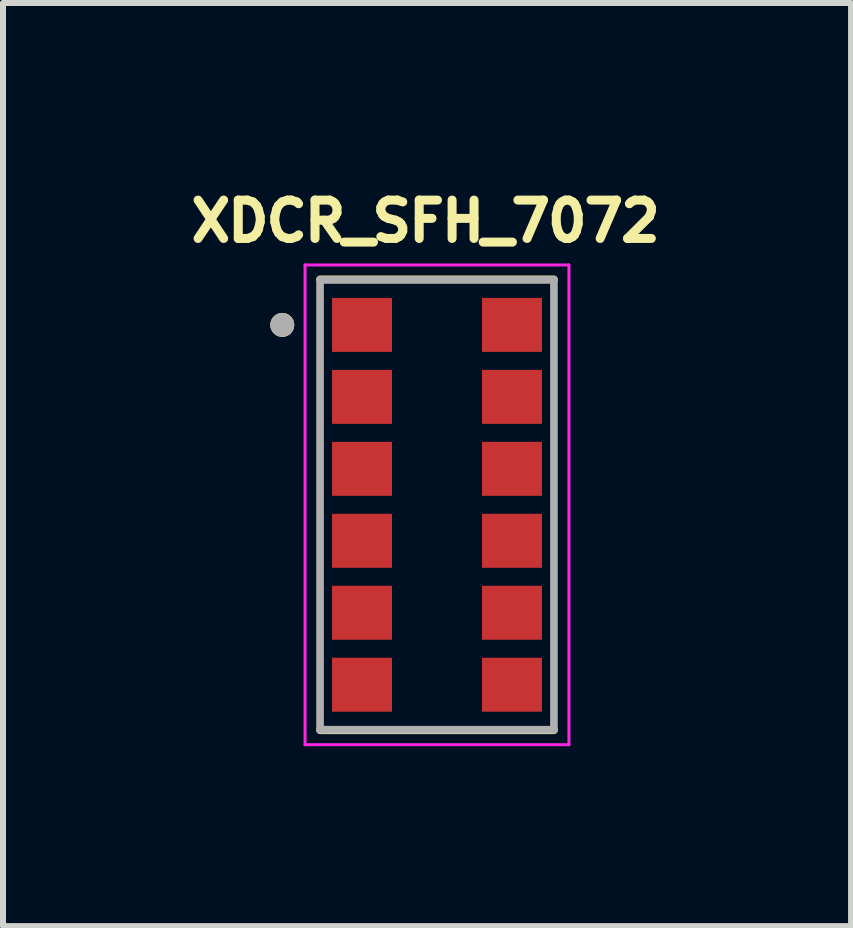
<source format=kicad_pcb>
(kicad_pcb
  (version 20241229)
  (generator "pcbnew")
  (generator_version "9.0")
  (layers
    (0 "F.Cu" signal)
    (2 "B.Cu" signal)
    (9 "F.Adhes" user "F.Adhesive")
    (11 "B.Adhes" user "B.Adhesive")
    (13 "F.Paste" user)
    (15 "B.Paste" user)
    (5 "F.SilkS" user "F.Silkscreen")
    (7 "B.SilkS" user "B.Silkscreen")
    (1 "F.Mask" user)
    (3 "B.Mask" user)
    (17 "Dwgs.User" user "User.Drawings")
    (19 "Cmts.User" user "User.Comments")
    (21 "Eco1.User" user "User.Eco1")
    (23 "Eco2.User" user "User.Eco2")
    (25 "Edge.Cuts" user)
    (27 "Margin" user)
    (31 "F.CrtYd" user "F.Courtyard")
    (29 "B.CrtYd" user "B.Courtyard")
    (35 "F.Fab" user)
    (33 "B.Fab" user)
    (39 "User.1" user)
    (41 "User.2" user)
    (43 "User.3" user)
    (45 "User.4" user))
  (footprint "XDCR_SFH_7072"
    (layer "F.Cu")
    (at 4.237 5.368)
    (property "Reference" "XDCR_SFH_7072" (at -0.19 -4.73 0) (layer "F.SilkS") (effects (font (size 0.64 0.64) (thickness 0.15))))
    (attr through_hole)
    (fp_poly (pts (xy -3.9 -2.1) (xy 3.9 -2.1) (xy 3.9 2.1) (xy -3.9 2.1)) (stroke (width 0.01) (type solid)) (fill yes) (layer "F.Mask"))
    (fp_line (start 1.95 -3.76) (end -1.95 -3.76) (stroke (width 0.127) (type solid)) (layer "F.SilkS"))
    (fp_line (start 1.95 3.76) (end -1.95 3.76) (stroke (width 0.127) (type solid)) (layer "F.SilkS"))
    (fp_circle (center -2.58 -3) (end -2.48 -3) (stroke (width 0.2) (type solid)) (fill no) (layer "F.SilkS"))
    (fp_poly (pts (xy -1.65 -3.45) (xy -0.85 -3.45) (xy -0.85 -2.55) (xy -1.65 -2.55)) (stroke (width 0.01) (type solid)) (fill yes) (layer "F.Paste"))
    (fp_poly (pts (xy -1.65 -2.25) (xy -0.85 -2.25) (xy -0.85 -1.35) (xy -1.65 -1.35)) (stroke (width 0.01) (type solid)) (fill yes) (layer "F.Paste"))
    (fp_poly (pts (xy -1.65 -1.05) (xy -0.85 -1.05) (xy -0.85 -0.15) (xy -1.65 -0.15)) (stroke (width 0.01) (type solid)) (fill yes) (layer "F.Paste"))
    (fp_poly (pts (xy -1.65 0.15) (xy -0.85 0.15) (xy -0.85 1.05) (xy -1.65 1.05)) (stroke (width 0.01) (type solid)) (fill yes) (layer "F.Paste"))
    (fp_poly (pts (xy -1.65 1.35) (xy -0.85 1.35) (xy -0.85 2.25) (xy -1.65 2.25)) (stroke (width 0.01) (type solid)) (fill yes) (layer "F.Paste"))
    (fp_poly (pts (xy -1.65 2.55) (xy -0.85 2.55) (xy -0.85 3.45) (xy -1.65 3.45)) (stroke (width 0.01) (type solid)) (fill yes) (layer "F.Paste"))
    (fp_poly (pts (xy 0.85 -3.45) (xy 1.65 -3.45) (xy 1.65 -2.55) (xy 0.85 -2.55)) (stroke (width 0.01) (type solid)) (fill yes) (layer "F.Paste"))
    (fp_poly (pts (xy 0.85 -2.25) (xy 1.65 -2.25) (xy 1.65 -1.35) (xy 0.85 -1.35)) (stroke (width 0.01) (type solid)) (fill yes) (layer "F.Paste"))
    (fp_poly (pts (xy 0.85 -1.05) (xy 1.65 -1.05) (xy 1.65 -0.15) (xy 0.85 -0.15)) (stroke (width 0.01) (type solid)) (fill yes) (layer "F.Paste"))
    (fp_poly (pts (xy 0.85 0.15) (xy 1.65 0.15) (xy 1.65 1.05) (xy 0.85 1.05)) (stroke (width 0.01) (type solid)) (fill yes) (layer "F.Paste"))
    (fp_poly (pts (xy 0.85 1.35) (xy 1.65 1.35) (xy 1.65 2.25) (xy 0.85 2.25)) (stroke (width 0.01) (type solid)) (fill yes) (layer "F.Paste"))
    (fp_poly (pts (xy 0.85 2.55) (xy 1.65 2.55) (xy 1.65 3.45) (xy 0.85 3.45)) (stroke (width 0.01) (type solid)) (fill yes) (layer "F.Paste"))
    (fp_line (start -2.2 -4) (end 2.2 -4) (stroke (width 0.05) (type solid)) (layer "F.CrtYd"))
    (fp_line (start -2.2 4) (end -2.2 -4) (stroke (width 0.05) (type solid)) (layer "F.CrtYd"))
    (fp_line (start 2.2 -4) (end 2.2 4) (stroke (width 0.05) (type solid)) (layer "F.CrtYd"))
    (fp_line (start 2.2 4) (end -2.2 4) (stroke (width 0.05) (type solid)) (layer "F.CrtYd"))
    (fp_line (start -1.95 -3.75) (end 1.95 -3.75) (stroke (width 0.127) (type solid)) (layer "F.Fab"))
    (fp_line (start -1.95 3.75) (end -1.95 -3.75) (stroke (width 0.127) (type solid)) (layer "F.Fab"))
    (fp_line (start 1.95 -3.75) (end 1.95 3.75) (stroke (width 0.127) (type solid)) (layer "F.Fab"))
    (fp_line (start 1.95 3.75) (end -1.95 3.75) (stroke (width 0.127) (type solid)) (layer "F.Fab"))
    (fp_circle (center -2.58 -3) (end -2.48 -3) (stroke (width 0.2) (type solid)) (fill no) (layer "F.Fab"))
    (pad "1" smd rect (at -1.25 -3 90) (size 0.9 1) (layers "F.Cu"))
    (pad "2" smd rect (at -1.25 -1.8 90) (size 0.9 1) (layers "F.Cu"))
    (pad "3" smd rect (at -1.25 -0.6 90) (size 0.9 1) (layers "F.Cu"))
    (pad "4" smd rect (at -1.25 0.6 90) (size 0.9 1) (layers "F.Cu"))
    (pad "5" smd rect (at -1.25 1.8 90) (size 0.9 1) (layers "F.Cu"))
    (pad "6" smd rect (at -1.25 3 90) (size 0.9 1) (layers "F.Cu"))
    (pad "7" smd rect (at 1.25 3 270) (size 0.9 1) (layers "F.Cu"))
    (pad "8" smd rect (at 1.25 1.8 270) (size 0.9 1) (layers "F.Cu"))
    (pad "9" smd rect (at 1.25 0.6 270) (size 0.9 1) (layers "F.Cu"))
    (pad "10" smd rect (at 1.25 -0.6 270) (size 0.9 1) (layers "F.Cu"))
    (pad "11" smd rect (at 1.25 -1.8 270) (size 0.9 1) (layers "F.Cu"))
    (pad "12" smd rect (at 1.25 -3 270) (size 0.9 1) (layers "F.Cu")))
  (gr_rect
    (start -3 -3)
    (end 11.142 12.393)
    (stroke (width 0.1) (type default))
    (fill no)
    (layer "Edge.Cuts")))
</source>
